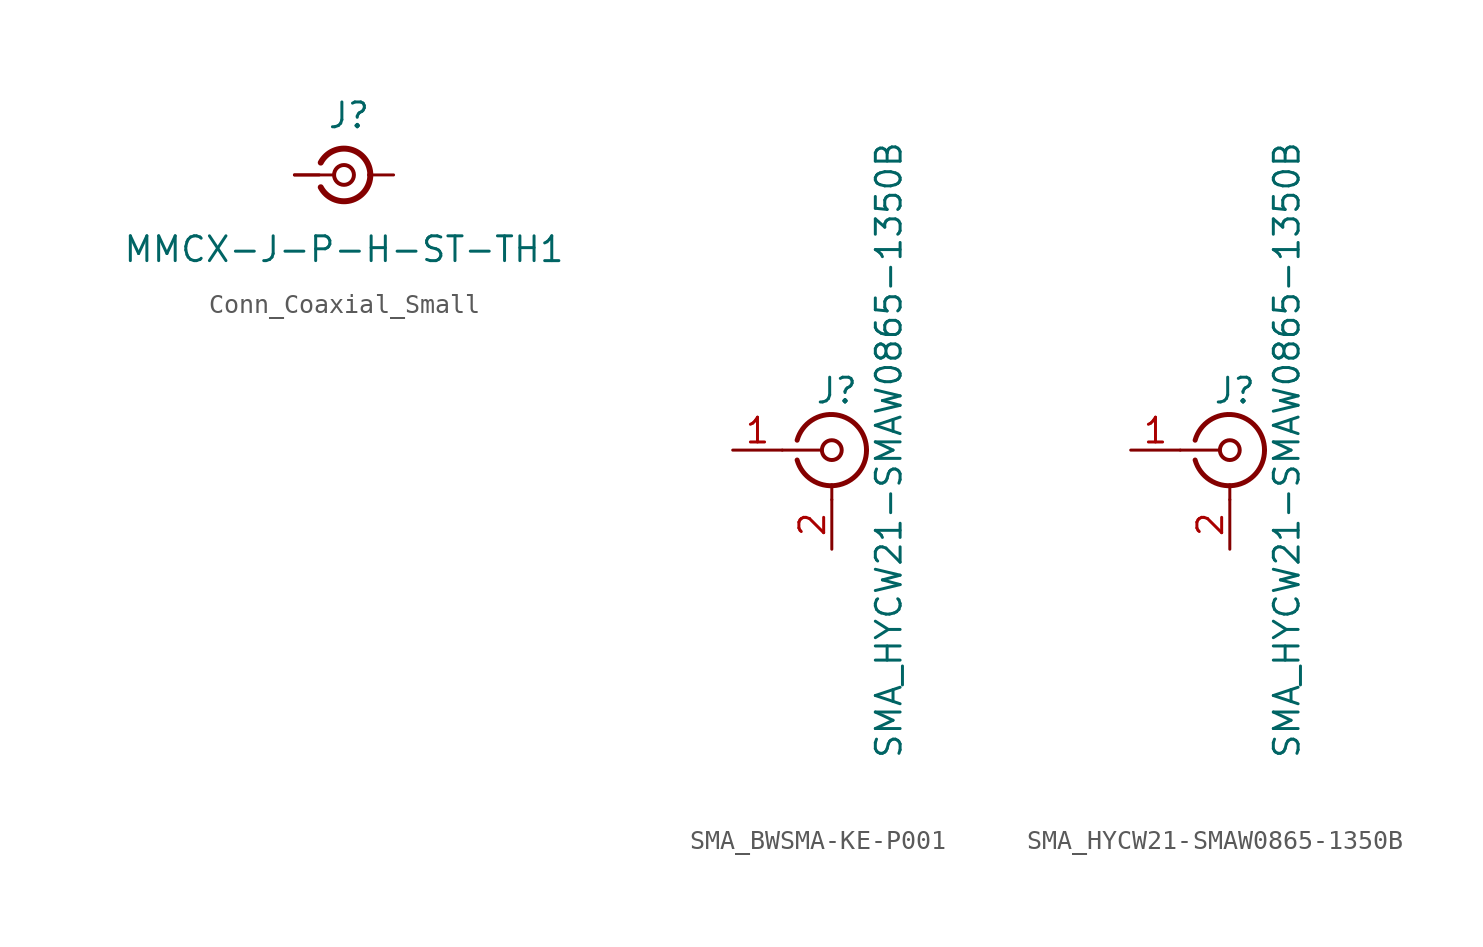
<source format=kicad_sym>
(kicad_symbol_lib
  (version 20241209)
  (generator "kicad_symbol_editor")
  (generator_version "9.0")
  (symbol "Conn_Coaxial_Small"
    (pin_numbers
      (hide yes))
    (pin_names
      (offset 1.016)
      (hide yes))
    (property "Reference" "J"
      (at 0.254 3.048 0)
      (effects (font (size 1.27 1.27))))
    (property "Value" "MMCX-J-P-H-ST-TH1"
      (at 0 -3.81 0)
      (effects (font (size 1.27 1.27))))
    (symbol "Conn_Coaxial_Small_0_1"
      (polyline (pts (xy -2.54 0) (xy -0.508 0)) (stroke (width 0) (type default)) (fill (type none)))
      (circle (center 0 0) (radius 0.508) (stroke (width 0.203) (type default)) (fill (type none))))
    (symbol "Conn_Coaxial_Small_1_1"
      (arc (start 1.3484 0.0039) (mid 0.327 -1.308) (end -1.1916 -0.6311) (stroke (width 0.3048) (type default)) (fill (type none)))
      (arc (start -1.1916 0.6311) (mid 0.327 1.3081) (end 1.3484 -0.0039) (stroke (width 0.3048) (type default)) (fill (type none)))
      (pin passive line (at -2.54 0 0) (length 1.27) (name "In" (effects (font (size 1.27 1.27)))) (number "1" (effects (font (size 1.27 1.27)))))
      (pin passive line (at 2.54 0 180) (length 1.27) (name "Ext" (effects (font (size 1.27 1.27)))) (number "2" (effects (font (size 1.27 1.27)))))))
  (symbol "SMA_BWSMA-KE-P001"
    (pin_names
      (offset 1.016)
      (hide yes))
    (property "Reference" "J"
      (at 0.254 3.048 0)
      (effects (font (size 1.27 1.27))))
    (property "Value" "SMA_HYCW21-SMAW0865-1350B"
      (at 2.921 0 90)
      (effects (font (size 1.27 1.27))))
    (symbol "SMA_BWSMA-KE-P001_0_1"
      (polyline (pts (xy -2.54 0) (xy -0.508 0)) (stroke (width 0) (type default)) (fill (type none)))
      (arc (start 1.778 0) (mid 0.222 -1.8079) (end -1.778 -0.508) (stroke (width 0.254) (type default)) (fill (type none)))
      (arc (start -1.778 0.508) (mid 0.2221 1.8084) (end 1.778 0) (stroke (width 0.254) (type default)) (fill (type none)))
      (circle (center 0 0) (radius 0.508) (stroke (width 0.203) (type default)) (fill (type none)))
      (polyline (pts (xy 0 -2.54) (xy 0 -1.778)) (stroke (width 0) (type default)) (fill (type none))))
    (symbol "SMA_BWSMA-KE-P001_1_1"
      (pin passive line (at -5.08 0 0) (length 2.54) (name "In" (effects (font (size 1.27 1.27)))) (number "1" (effects (font (size 1.27 1.27)))))
      (pin passive line (at 0 -5.08 90) (length 2.54) (name "Ext" (effects (font (size 1.27 1.27)))) (number "2" (effects (font (size 1.27 1.27)))))))
  (symbol "SMA_HYCW21-SMAW0865-1350B"
    (pin_names
      (offset 1.016)
      (hide yes))
    (property "Reference" "J"
      (at 0.254 3.048 0)
      (effects (font (size 1.27 1.27))))
    (property "Value" "SMA_HYCW21-SMAW0865-1350B"
      (at 2.921 0 90)
      (effects (font (size 1.27 1.27))))
    (symbol "SMA_HYCW21-SMAW0865-1350B_0_1"
      (polyline (pts (xy -2.54 0) (xy -0.508 0)) (stroke (width 0) (type default)) (fill (type none)))
      (arc (start 1.778 0) (mid 0.222 -1.8079) (end -1.778 -0.508) (stroke (width 0.254) (type default)) (fill (type none)))
      (arc (start -1.778 0.508) (mid 0.2221 1.8084) (end 1.778 0) (stroke (width 0.254) (type default)) (fill (type none)))
      (circle (center 0 0) (radius 0.508) (stroke (width 0.203) (type default)) (fill (type none)))
      (polyline (pts (xy 0 -2.54) (xy 0 -1.778)) (stroke (width 0) (type default)) (fill (type none))))
    (symbol "SMA_HYCW21-SMAW0865-1350B_1_1"
      (pin passive line (at -5.08 0 0) (length 2.54) (name "In" (effects (font (size 1.27 1.27)))) (number "1" (effects (font (size 1.27 1.27)))))
      (pin passive line (at 0 -5.08 90) (length 2.54) (name "Ext" (effects (font (size 1.27 1.27)))) (number "2" (effects (font (size 1.27 1.27))))))))
</source>
